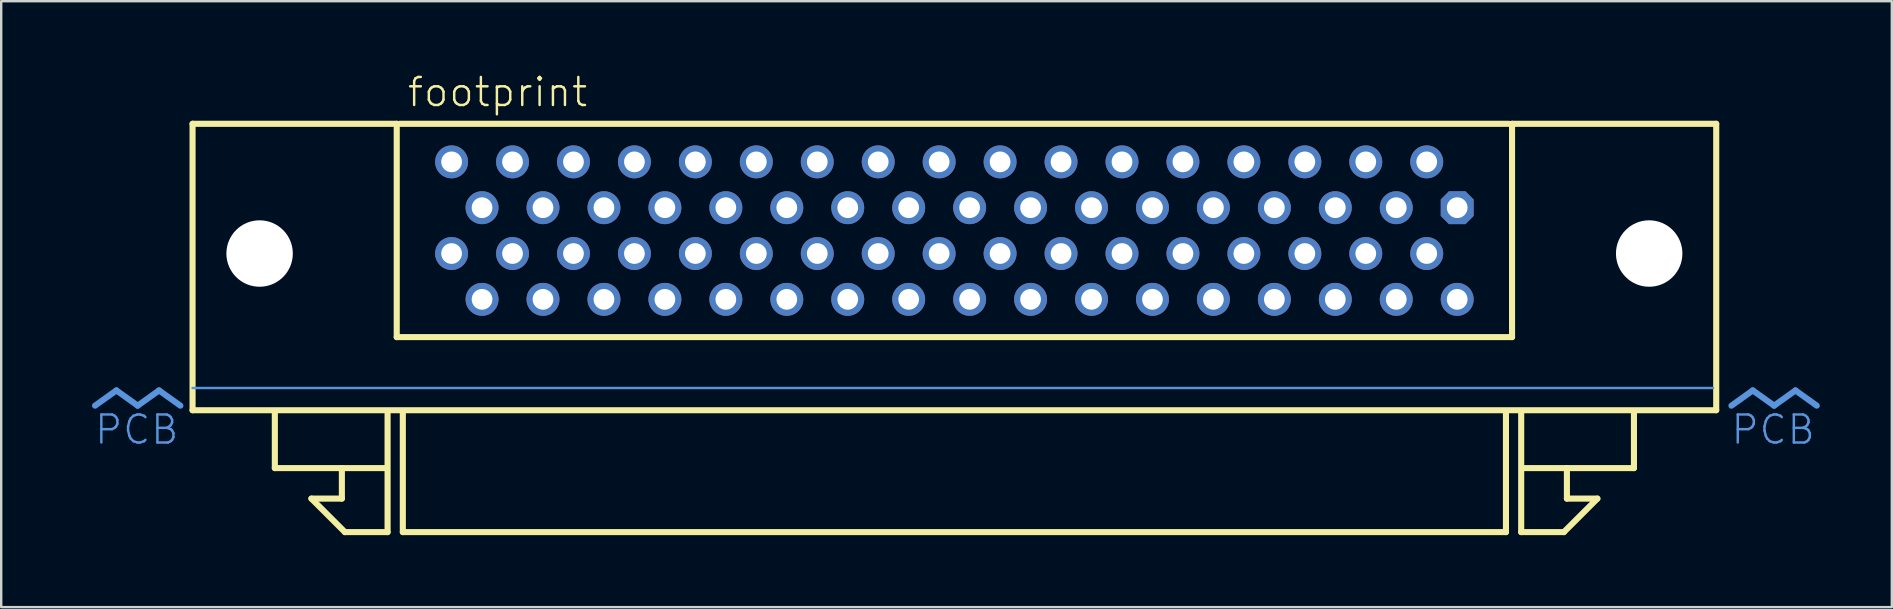
<source format=kicad_pcb>
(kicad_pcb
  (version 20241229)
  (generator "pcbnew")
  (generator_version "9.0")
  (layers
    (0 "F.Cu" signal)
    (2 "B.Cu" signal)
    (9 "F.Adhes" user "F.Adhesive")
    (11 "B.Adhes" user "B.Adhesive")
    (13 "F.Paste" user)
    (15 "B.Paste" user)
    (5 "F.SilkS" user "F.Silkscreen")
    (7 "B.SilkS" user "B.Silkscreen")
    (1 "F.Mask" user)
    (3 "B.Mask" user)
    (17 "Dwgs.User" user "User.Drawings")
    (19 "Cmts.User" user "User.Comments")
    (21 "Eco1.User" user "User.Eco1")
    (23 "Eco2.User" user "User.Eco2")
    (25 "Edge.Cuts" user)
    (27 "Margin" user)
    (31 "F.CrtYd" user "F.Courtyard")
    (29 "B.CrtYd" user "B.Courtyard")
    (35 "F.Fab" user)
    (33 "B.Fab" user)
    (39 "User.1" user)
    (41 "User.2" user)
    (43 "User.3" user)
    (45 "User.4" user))
  (footprint "footprint"
    (layer "F.Cu")
    (at 36.725 12.586)
    (property "Reference" "footprint" (at -22.86 -11.113 0) (layer "F.SilkS") (effects (font (size 1.168 1.168) (thickness 0.102)) (justify left bottom)))
    (fp_line (start -31.75 -10.477) (end -23.241 -10.477) (stroke (width 0.254) (type solid)) (layer "F.SilkS"))
    (fp_line (start -31.75 1.46) (end -31.75 -10.477) (stroke (width 0.254) (type solid)) (layer "F.SilkS"))
    (fp_line (start -28.321 3.873) (end -28.321 1.587) (stroke (width 0.254) (type solid)) (layer "F.SilkS"))
    (fp_line (start -26.797 5.144) (end -25.527 5.144) (stroke (width 0.254) (type solid)) (layer "F.SilkS"))
    (fp_line (start -25.527 3.873) (end -28.321 3.873) (stroke (width 0.254) (type solid)) (layer "F.SilkS"))
    (fp_line (start -25.527 3.873) (end -23.749 3.873) (stroke (width 0.254) (type solid)) (layer "F.SilkS"))
    (fp_line (start -25.527 5.144) (end -25.527 3.873) (stroke (width 0.254) (type solid)) (layer "F.SilkS"))
    (fp_line (start -25.4 6.54) (end -26.797 5.144) (stroke (width 0.254) (type solid)) (layer "F.SilkS"))
    (fp_line (start -23.622 1.587) (end -23.622 6.54) (stroke (width 0.254) (type solid)) (layer "F.SilkS"))
    (fp_line (start -23.622 6.54) (end -25.4 6.54) (stroke (width 0.254) (type solid)) (layer "F.SilkS"))
    (fp_line (start -23.241 -10.477) (end -23.241 -1.587) (stroke (width 0.254) (type solid)) (layer "F.SilkS"))
    (fp_line (start -23.241 -1.587) (end 23.241 -1.587) (stroke (width 0.254) (type solid)) (layer "F.SilkS"))
    (fp_line (start -23.114 -10.477) (end 23.114 -10.477) (stroke (width 0.254) (type solid)) (layer "F.SilkS"))
    (fp_line (start -22.987 6.54) (end -22.987 1.587) (stroke (width 0.254) (type solid)) (layer "F.SilkS"))
    (fp_line (start 22.987 1.587) (end 22.987 6.54) (stroke (width 0.254) (type solid)) (layer "F.SilkS"))
    (fp_line (start 22.987 6.54) (end -22.987 6.54) (stroke (width 0.254) (type solid)) (layer "F.SilkS"))
    (fp_line (start 23.241 -10.477) (end 31.75 -10.477) (stroke (width 0.254) (type solid)) (layer "F.SilkS"))
    (fp_line (start 23.241 -1.587) (end 23.241 -10.477) (stroke (width 0.254) (type solid)) (layer "F.SilkS"))
    (fp_line (start 23.622 1.587) (end 23.622 6.54) (stroke (width 0.254) (type solid)) (layer "F.SilkS"))
    (fp_line (start 23.622 6.54) (end 25.4 6.54) (stroke (width 0.254) (type solid)) (layer "F.SilkS"))
    (fp_line (start 25.4 6.54) (end 26.797 5.144) (stroke (width 0.254) (type solid)) (layer "F.SilkS"))
    (fp_line (start 25.527 3.873) (end 23.749 3.873) (stroke (width 0.254) (type solid)) (layer "F.SilkS"))
    (fp_line (start 25.527 3.873) (end 28.321 3.873) (stroke (width 0.254) (type solid)) (layer "F.SilkS"))
    (fp_line (start 25.527 5.144) (end 25.527 3.873) (stroke (width 0.254) (type solid)) (layer "F.SilkS"))
    (fp_line (start 26.797 5.144) (end 25.527 5.144) (stroke (width 0.254) (type solid)) (layer "F.SilkS"))
    (fp_line (start 28.321 3.873) (end 28.321 1.587) (stroke (width 0.254) (type solid)) (layer "F.SilkS"))
    (fp_line (start 31.75 -10.477) (end 31.75 1.46) (stroke (width 0.254) (type solid)) (layer "F.SilkS"))
    (fp_line (start 31.75 1.46) (end -31.75 1.46) (stroke (width 0.254) (type solid)) (layer "F.SilkS"))
    (fp_line (start -34.925 0.635) (end -35.814 1.27) (stroke (width 0.254) (type solid)) (layer "Cmts.User"))
    (fp_line (start -34.925 0.635) (end -34.036 1.27) (stroke (width 0.254) (type solid)) (layer "Cmts.User"))
    (fp_line (start -33.147 0.635) (end -34.036 1.27) (stroke (width 0.254) (type solid)) (layer "Cmts.User"))
    (fp_line (start -33.147 0.635) (end -32.258 1.27) (stroke (width 0.254) (type solid)) (layer "Cmts.User"))
    (fp_line (start -31.75 0.533) (end 31.623 0.533) (stroke (width 0.1) (type solid)) (layer "Cmts.User"))
    (fp_line (start 33.274 0.635) (end 32.385 1.27) (stroke (width 0.254) (type solid)) (layer "Cmts.User"))
    (fp_line (start 33.274 0.635) (end 34.163 1.27) (stroke (width 0.254) (type solid)) (layer "Cmts.User"))
    (fp_line (start 35.052 0.635) (end 34.163 1.27) (stroke (width 0.254) (type solid)) (layer "Cmts.User"))
    (fp_line (start 35.052 0.635) (end 35.941 1.27) (stroke (width 0.254) (type solid)) (layer "Cmts.User"))
    (fp_text user " PCB" (at -32.258 1.587 0) (layer "Cmts.User") (effects (font (size 1.168 1.168) (thickness 0.102)) (justify right top)))
    (fp_text user "PCB" (at 35.941 1.587 0) (layer "Cmts.User") (effects (font (size 1.168 1.168) (thickness 0.102)) (justify right top)))
    (pad "" np_thru_hole circle (at -28.956 -5.07) (size 2.769 2.769) (drill 2.769) (layers "*.Cu" "*.Mask"))
    (pad "" np_thru_hole circle (at 28.956 -5.07) (size 2.769 2.769) (drill 2.769) (layers "*.Cu" "*.Mask"))
    (pad "1" thru_hole roundrect (at 20.955 -6.98) (size 1.372 1.372) (drill 0.864) (layers "*.Cu" "*.Mask") (roundrect_rratio 0.25) (chamfer_ratio 0.25) (chamfer top_left top_right bottom_left bottom_right))
    (pad "2" thru_hole circle (at 19.685 -8.89) (size 1.372 1.372) (drill 0.864) (layers "*.Cu" "*.Mask"))
    (pad "3" thru_hole circle (at 18.415 -6.98) (size 1.372 1.372) (drill 0.864) (layers "*.Cu" "*.Mask"))
    (pad "4" thru_hole circle (at 17.145 -8.89) (size 1.372 1.372) (drill 0.864) (layers "*.Cu" "*.Mask"))
    (pad "5" thru_hole circle (at 15.875 -6.98) (size 1.372 1.372) (drill 0.864) (layers "*.Cu" "*.Mask"))
    (pad "6" thru_hole circle (at 14.605 -8.89) (size 1.372 1.372) (drill 0.864) (layers "*.Cu" "*.Mask"))
    (pad "7" thru_hole circle (at 13.335 -6.98) (size 1.372 1.372) (drill 0.864) (layers "*.Cu" "*.Mask"))
    (pad "8" thru_hole circle (at 12.065 -8.89) (size 1.372 1.372) (drill 0.864) (layers "*.Cu" "*.Mask"))
    (pad "9" thru_hole circle (at 10.795 -6.98) (size 1.372 1.372) (drill 0.864) (layers "*.Cu" "*.Mask"))
    (pad "10" thru_hole circle (at 9.525 -8.89) (size 1.372 1.372) (drill 0.864) (layers "*.Cu" "*.Mask"))
    (pad "11" thru_hole circle (at 8.255 -6.98) (size 1.372 1.372) (drill 0.864) (layers "*.Cu" "*.Mask"))
    (pad "12" thru_hole circle (at 6.985 -8.89) (size 1.372 1.372) (drill 0.864) (layers "*.Cu" "*.Mask"))
    (pad "13" thru_hole circle (at 5.715 -6.98) (size 1.372 1.372) (drill 0.864) (layers "*.Cu" "*.Mask"))
    (pad "14" thru_hole circle (at 4.445 -8.89) (size 1.372 1.372) (drill 0.864) (layers "*.Cu" "*.Mask"))
    (pad "15" thru_hole circle (at 3.175 -6.98) (size 1.372 1.372) (drill 0.864) (layers "*.Cu" "*.Mask"))
    (pad "16" thru_hole circle (at 1.905 -8.89) (size 1.372 1.372) (drill 0.864) (layers "*.Cu" "*.Mask"))
    (pad "17" thru_hole circle (at 0.635 -6.98) (size 1.372 1.372) (drill 0.864) (layers "*.Cu" "*.Mask"))
    (pad "18" thru_hole circle (at -0.635 -8.89) (size 1.372 1.372) (drill 0.864) (layers "*.Cu" "*.Mask"))
    (pad "19" thru_hole circle (at -1.905 -6.98) (size 1.372 1.372) (drill 0.864) (layers "*.Cu" "*.Mask"))
    (pad "20" thru_hole circle (at -3.175 -8.89) (size 1.372 1.372) (drill 0.864) (layers "*.Cu" "*.Mask"))
    (pad "21" thru_hole circle (at -4.445 -6.98) (size 1.372 1.372) (drill 0.864) (layers "*.Cu" "*.Mask"))
    (pad "22" thru_hole circle (at -5.715 -8.89) (size 1.372 1.372) (drill 0.864) (layers "*.Cu" "*.Mask"))
    (pad "23" thru_hole circle (at -6.985 -6.98) (size 1.372 1.372) (drill 0.864) (layers "*.Cu" "*.Mask"))
    (pad "24" thru_hole circle (at -8.255 -8.89) (size 1.372 1.372) (drill 0.864) (layers "*.Cu" "*.Mask"))
    (pad "25" thru_hole circle (at -9.525 -6.98) (size 1.372 1.372) (drill 0.864) (layers "*.Cu" "*.Mask"))
    (pad "26" thru_hole circle (at -10.795 -8.89) (size 1.372 1.372) (drill 0.864) (layers "*.Cu" "*.Mask"))
    (pad "27" thru_hole circle (at -12.065 -6.98) (size 1.372 1.372) (drill 0.864) (layers "*.Cu" "*.Mask"))
    (pad "28" thru_hole circle (at -13.335 -8.89) (size 1.372 1.372) (drill 0.864) (layers "*.Cu" "*.Mask"))
    (pad "29" thru_hole circle (at -14.605 -6.98) (size 1.372 1.372) (drill 0.864) (layers "*.Cu" "*.Mask"))
    (pad "30" thru_hole circle (at -15.875 -8.89) (size 1.372 1.372) (drill 0.864) (layers "*.Cu" "*.Mask"))
    (pad "31" thru_hole circle (at -17.145 -6.98) (size 1.372 1.372) (drill 0.864) (layers "*.Cu" "*.Mask"))
    (pad "32" thru_hole circle (at -18.415 -8.89) (size 1.372 1.372) (drill 0.864) (layers "*.Cu" "*.Mask"))
    (pad "33" thru_hole circle (at -19.685 -6.98) (size 1.372 1.372) (drill 0.864) (layers "*.Cu" "*.Mask"))
    (pad "34" thru_hole circle (at -20.955 -8.89) (size 1.372 1.372) (drill 0.864) (layers "*.Cu" "*.Mask"))
    (pad "35" thru_hole circle (at 20.955 -3.16) (size 1.372 1.372) (drill 0.864) (layers "*.Cu" "*.Mask"))
    (pad "36" thru_hole circle (at 19.685 -5.07) (size 1.372 1.372) (drill 0.864) (layers "*.Cu" "*.Mask"))
    (pad "37" thru_hole circle (at 18.415 -3.16) (size 1.372 1.372) (drill 0.864) (layers "*.Cu" "*.Mask"))
    (pad "38" thru_hole circle (at 17.145 -5.07) (size 1.372 1.372) (drill 0.864) (layers "*.Cu" "*.Mask"))
    (pad "39" thru_hole circle (at 15.875 -3.16) (size 1.372 1.372) (drill 0.864) (layers "*.Cu" "*.Mask"))
    (pad "40" thru_hole circle (at 14.605 -5.07) (size 1.372 1.372) (drill 0.864) (layers "*.Cu" "*.Mask"))
    (pad "41" thru_hole circle (at 13.335 -3.16) (size 1.372 1.372) (drill 0.864) (layers "*.Cu" "*.Mask"))
    (pad "42" thru_hole circle (at 12.065 -5.07) (size 1.372 1.372) (drill 0.864) (layers "*.Cu" "*.Mask"))
    (pad "43" thru_hole circle (at 10.795 -3.16) (size 1.372 1.372) (drill 0.864) (layers "*.Cu" "*.Mask"))
    (pad "44" thru_hole circle (at 9.525 -5.07) (size 1.372 1.372) (drill 0.864) (layers "*.Cu" "*.Mask"))
    (pad "45" thru_hole circle (at 8.255 -3.16) (size 1.372 1.372) (drill 0.864) (layers "*.Cu" "*.Mask"))
    (pad "46" thru_hole circle (at 6.985 -5.07) (size 1.372 1.372) (drill 0.864) (layers "*.Cu" "*.Mask"))
    (pad "47" thru_hole circle (at 5.715 -3.16) (size 1.372 1.372) (drill 0.864) (layers "*.Cu" "*.Mask"))
    (pad "48" thru_hole circle (at 4.445 -5.07) (size 1.372 1.372) (drill 0.864) (layers "*.Cu" "*.Mask"))
    (pad "49" thru_hole circle (at 3.175 -3.16) (size 1.372 1.372) (drill 0.864) (layers "*.Cu" "*.Mask"))
    (pad "50" thru_hole circle (at 1.905 -5.07) (size 1.372 1.372) (drill 0.864) (layers "*.Cu" "*.Mask"))
    (pad "51" thru_hole circle (at 0.635 -3.16) (size 1.372 1.372) (drill 0.864) (layers "*.Cu" "*.Mask"))
    (pad "52" thru_hole circle (at -0.635 -5.07) (size 1.372 1.372) (drill 0.864) (layers "*.Cu" "*.Mask"))
    (pad "53" thru_hole circle (at -1.905 -3.16) (size 1.372 1.372) (drill 0.864) (layers "*.Cu" "*.Mask"))
    (pad "54" thru_hole circle (at -3.175 -5.07) (size 1.372 1.372) (drill 0.864) (layers "*.Cu" "*.Mask"))
    (pad "55" thru_hole circle (at -4.445 -3.16) (size 1.372 1.372) (drill 0.864) (layers "*.Cu" "*.Mask"))
    (pad "56" thru_hole circle (at -5.715 -5.07) (size 1.372 1.372) (drill 0.864) (layers "*.Cu" "*.Mask"))
    (pad "57" thru_hole circle (at -6.985 -3.16) (size 1.372 1.372) (drill 0.864) (layers "*.Cu" "*.Mask"))
    (pad "58" thru_hole circle (at -8.255 -5.07) (size 1.372 1.372) (drill 0.864) (layers "*.Cu" "*.Mask"))
    (pad "59" thru_hole circle (at -9.525 -3.16) (size 1.372 1.372) (drill 0.864) (layers "*.Cu" "*.Mask"))
    (pad "60" thru_hole circle (at -10.795 -5.07) (size 1.372 1.372) (drill 0.864) (layers "*.Cu" "*.Mask"))
    (pad "61" thru_hole circle (at -12.065 -3.16) (size 1.372 1.372) (drill 0.864) (layers "*.Cu" "*.Mask"))
    (pad "62" thru_hole circle (at -13.335 -5.07) (size 1.372 1.372) (drill 0.864) (layers "*.Cu" "*.Mask"))
    (pad "63" thru_hole circle (at -14.605 -3.16) (size 1.372 1.372) (drill 0.864) (layers "*.Cu" "*.Mask"))
    (pad "64" thru_hole circle (at -15.875 -5.07) (size 1.372 1.372) (drill 0.864) (layers "*.Cu" "*.Mask"))
    (pad "65" thru_hole circle (at -17.145 -3.16) (size 1.372 1.372) (drill 0.864) (layers "*.Cu" "*.Mask"))
    (pad "66" thru_hole circle (at -18.415 -5.07) (size 1.372 1.372) (drill 0.864) (layers "*.Cu" "*.Mask"))
    (pad "67" thru_hole circle (at -19.685 -3.16) (size 1.372 1.372) (drill 0.864) (layers "*.Cu" "*.Mask"))
    (pad "68" thru_hole circle (at -20.955 -5.07) (size 1.372 1.372) (drill 0.864) (layers "*.Cu" "*.Mask")))
  (gr_rect
    (start -3 -3)
    (end 75.793 22.253)
    (stroke (width 0.1) (type default))
    (fill no)
    (layer "Edge.Cuts")))
</source>
